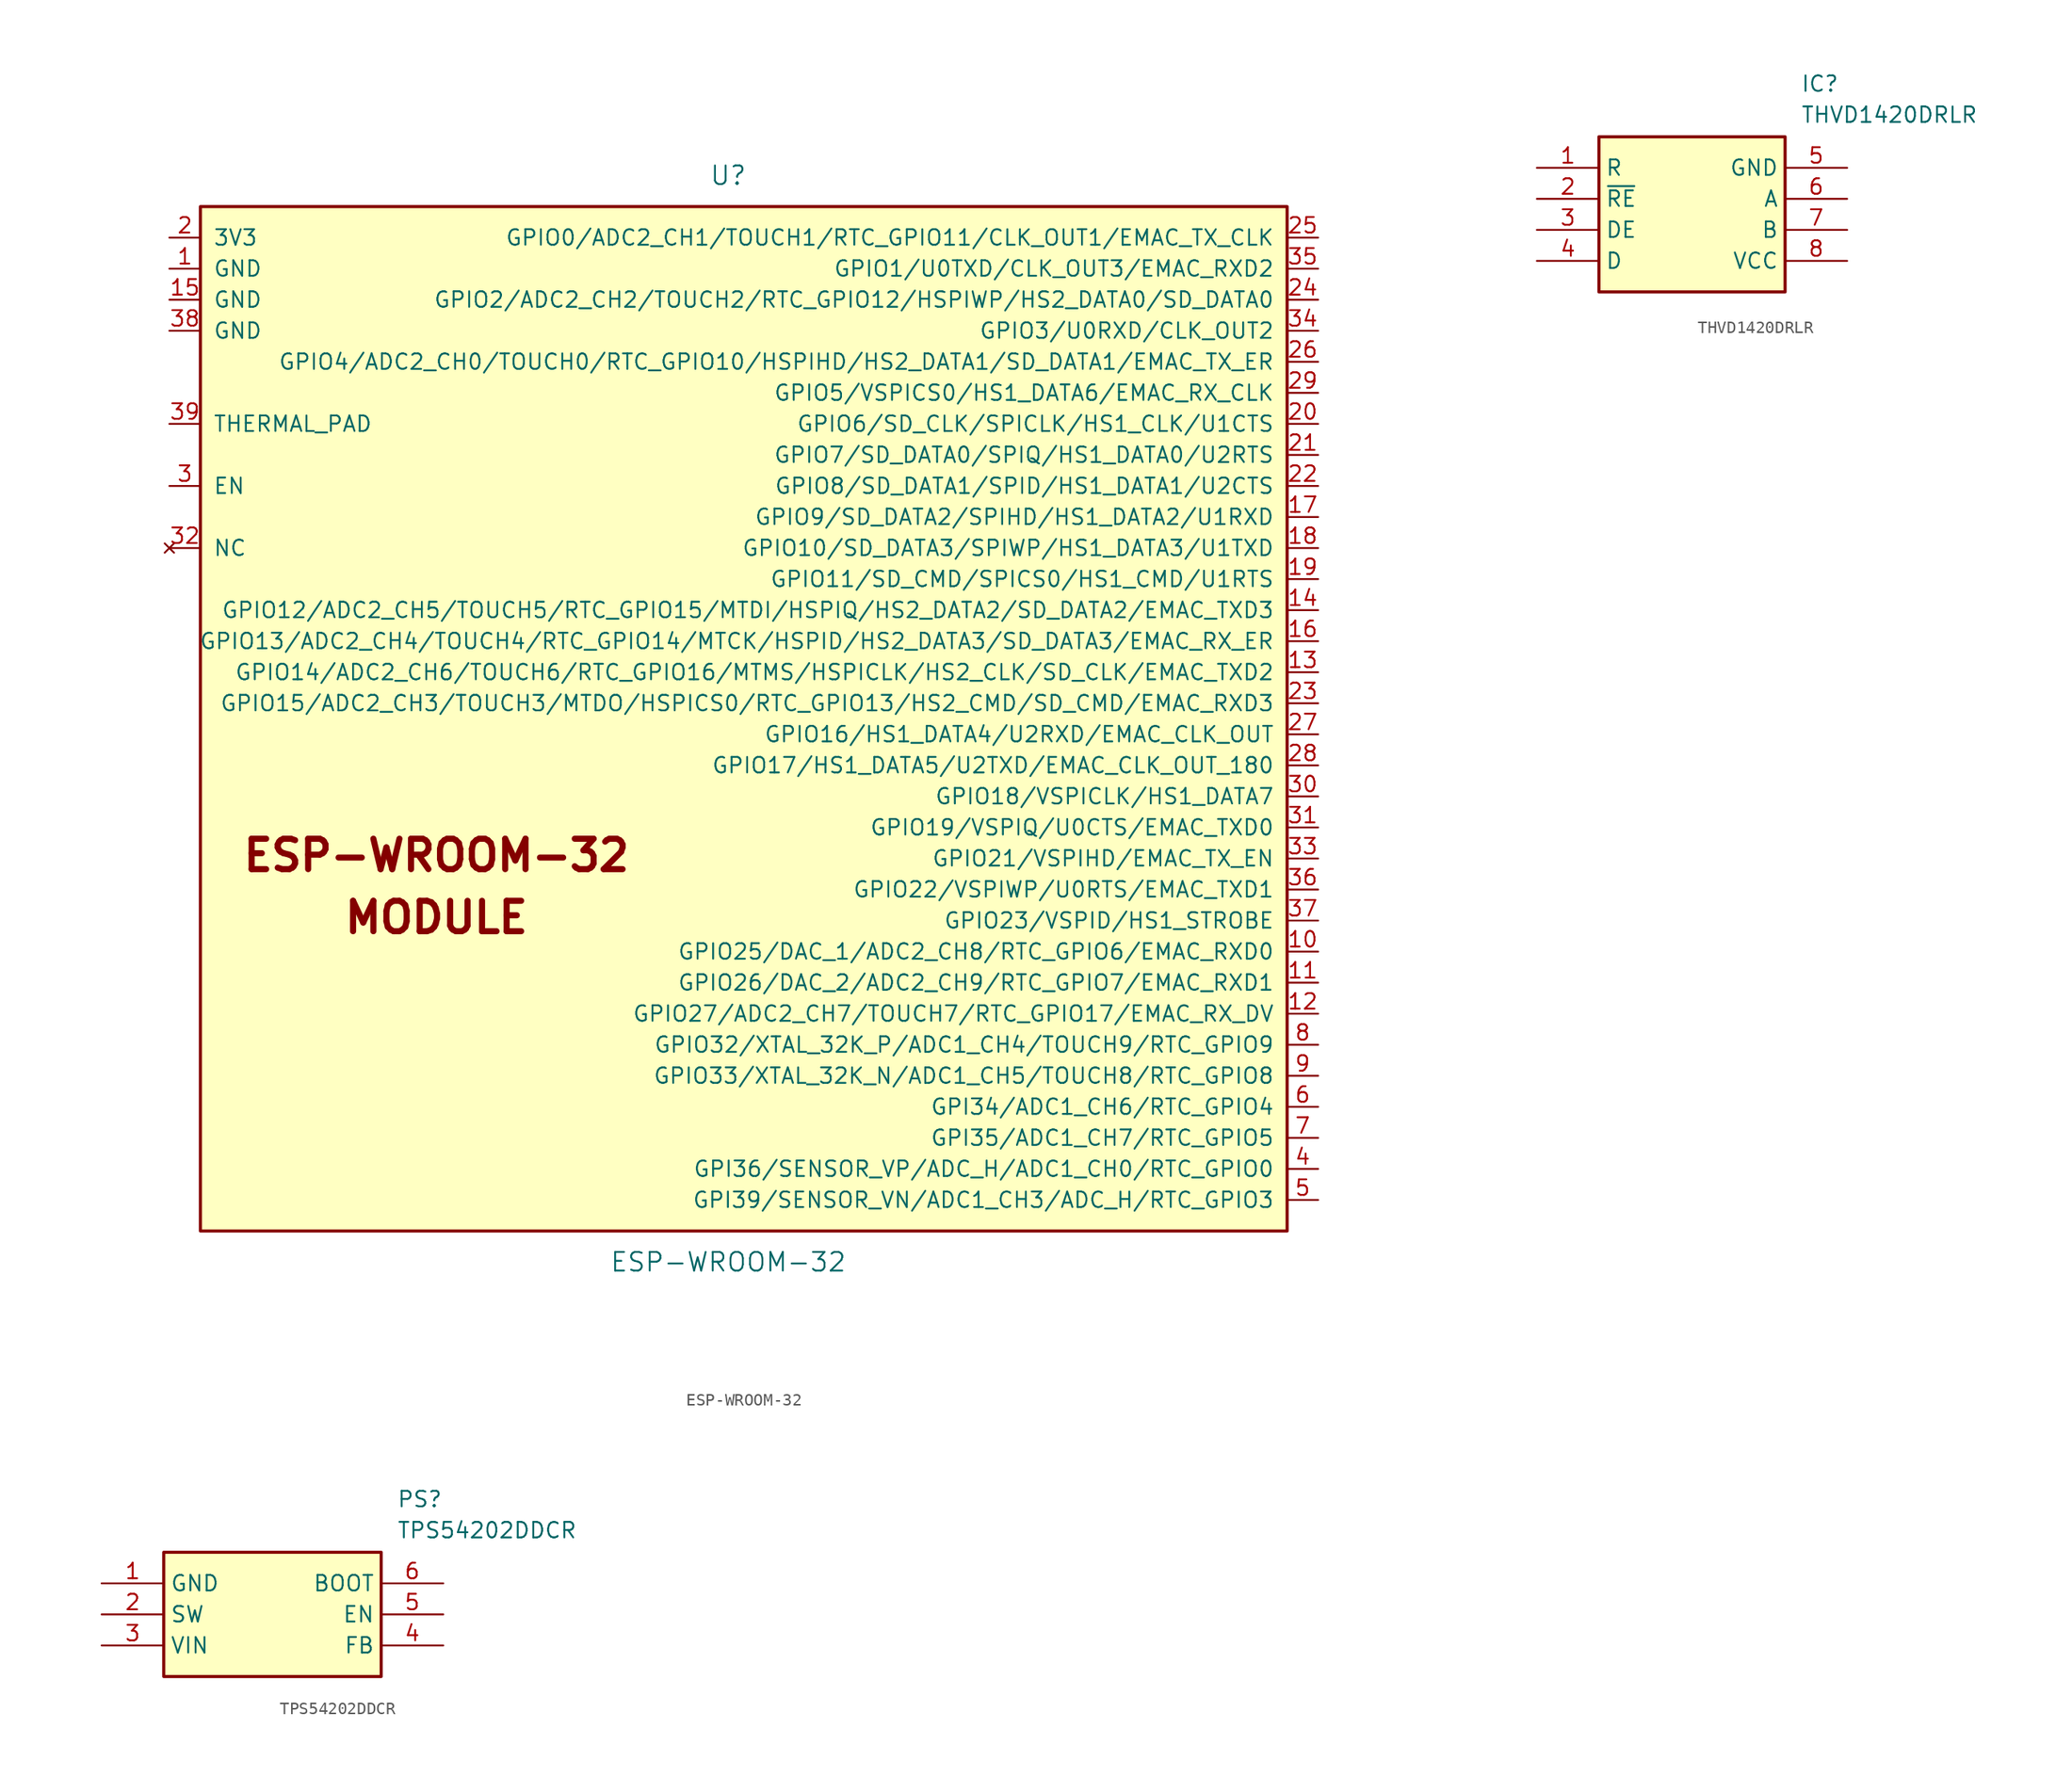
<source format=kicad_sym>
(kicad_symbol_lib
  (version 20220914)
  (generator kicad_symbol_editor)
  (symbol "ESP-WROOM-32"
    (pin_names
      (offset 1.016))
    (property "Reference" "U"
      (at 0 43.18 0)
      (effects (font (size 1.524 1.524))))
    (property "Value" "ESP-WROOM-32"
      (at 0 -45.72 0)
      (effects (font (size 1.524 1.524))))
    (symbol "ESP-WROOM-32_0_0"
      (text "ESP-WROOM-32" (at -23.876 -12.446 0) (effects (font (size 2.489 2.489) bold)))
      (text "MODULE" (at -23.876 -17.526 0) (effects (font (size 2.489 2.489) bold))))
    (symbol "ESP-WROOM-32_0_1"
      (rectangle (start -43.18 40.64) (end 45.72 -43.18) (stroke (width 0.254) (type solid)) (fill (type background))))
    (symbol "ESP-WROOM-32_1_1"
      (pin power_in line (at -45.72 35.56 0) (length 2.54) (name "GND" (effects (font (size 1.27 1.27)))) (number "1" (effects (font (size 1.27 1.27)))))
      (pin bidirectional line (at 48.26 -20.32 180) (length 2.54) (name "GPIO25/DAC_1/ADC2_CH8/RTC_GPIO6/EMAC_RXD0" (effects (font (size 1.27 1.27)))) (number "10" (effects (font (size 1.27 1.27)))))
      (pin bidirectional line (at 48.26 -22.86 180) (length 2.54) (name "GPIO26/DAC_2/ADC2_CH9/RTC_GPIO7/EMAC_RXD1" (effects (font (size 1.27 1.27)))) (number "11" (effects (font (size 1.27 1.27)))))
      (pin bidirectional line (at 48.26 -25.4 180) (length 2.54) (name "GPIO27/ADC2_CH7/TOUCH7/RTC_GPIO17/EMAC_RX_DV" (effects (font (size 1.27 1.27)))) (number "12" (effects (font (size 1.27 1.27)))))
      (pin bidirectional line (at 48.26 2.54 180) (length 2.54) (name "GPIO14/ADC2_CH6/TOUCH6/RTC_GPIO16/MTMS/HSPICLK/HS2_CLK/SD_CLK/EMAC_TXD2" (effects (font (size 1.27 1.27)))) (number "13" (effects (font (size 1.27 1.27)))))
      (pin bidirectional line (at 48.26 7.62 180) (length 2.54) (name "GPIO12/ADC2_CH5/TOUCH5/RTC_GPIO15/MTDI/HSPIQ/HS2_DATA2/SD_DATA2/EMAC_TXD3" (effects (font (size 1.27 1.27)))) (number "14" (effects (font (size 1.27 1.27)))))
      (pin power_in line (at -45.72 33.02 0) (length 2.54) (name "GND" (effects (font (size 1.27 1.27)))) (number "15" (effects (font (size 1.27 1.27)))))
      (pin bidirectional line (at 48.26 5.08 180) (length 2.54) (name "GPIO13/ADC2_CH4/TOUCH4/RTC_GPIO14/MTCK/HSPID/HS2_DATA3/SD_DATA3/EMAC_RX_ER" (effects (font (size 1.27 1.27)))) (number "16" (effects (font (size 1.27 1.27)))))
      (pin bidirectional line (at 48.26 15.24 180) (length 2.54) (name "GPIO9/SD_DATA2/SPIHD/HS1_DATA2/U1RXD" (effects (font (size 1.27 1.27)))) (number "17" (effects (font (size 1.27 1.27)))))
      (pin bidirectional line (at 48.26 12.7 180) (length 2.54) (name "GPIO10/SD_DATA3/SPIWP/HS1_DATA3/U1TXD" (effects (font (size 1.27 1.27)))) (number "18" (effects (font (size 1.27 1.27)))))
      (pin bidirectional line (at 48.26 10.16 180) (length 2.54) (name "GPIO11/SD_CMD/SPICS0/HS1_CMD/U1RTS" (effects (font (size 1.27 1.27)))) (number "19" (effects (font (size 1.27 1.27)))))
      (pin power_in line (at -45.72 38.1 0) (length 2.54) (name "3V3" (effects (font (size 1.27 1.27)))) (number "2" (effects (font (size 1.27 1.27)))))
      (pin bidirectional line (at 48.26 22.86 180) (length 2.54) (name "GPIO6/SD_CLK/SPICLK/HS1_CLK/U1CTS" (effects (font (size 1.27 1.27)))) (number "20" (effects (font (size 1.27 1.27)))))
      (pin bidirectional line (at 48.26 20.32 180) (length 2.54) (name "GPIO7/SD_DATA0/SPIQ/HS1_DATA0/U2RTS" (effects (font (size 1.27 1.27)))) (number "21" (effects (font (size 1.27 1.27)))))
      (pin bidirectional line (at 48.26 17.78 180) (length 2.54) (name "GPIO8/SD_DATA1/SPID/HS1_DATA1/U2CTS" (effects (font (size 1.27 1.27)))) (number "22" (effects (font (size 1.27 1.27)))))
      (pin bidirectional line (at 48.26 0 180) (length 2.54) (name "GPIO15/ADC2_CH3/TOUCH3/MTDO/HSPICS0/RTC_GPIO13/HS2_CMD/SD_CMD/EMAC_RXD3" (effects (font (size 1.27 1.27)))) (number "23" (effects (font (size 1.27 1.27)))))
      (pin bidirectional line (at 48.26 33.02 180) (length 2.54) (name "GPIO2/ADC2_CH2/TOUCH2/RTC_GPIO12/HSPIWP/HS2_DATA0/SD_DATA0" (effects (font (size 1.27 1.27)))) (number "24" (effects (font (size 1.27 1.27)))))
      (pin bidirectional line (at 48.26 38.1 180) (length 2.54) (name "GPIO0/ADC2_CH1/TOUCH1/RTC_GPIO11/CLK_OUT1/EMAC_TX_CLK" (effects (font (size 1.27 1.27)))) (number "25" (effects (font (size 1.27 1.27)))))
      (pin bidirectional line (at 48.26 27.94 180) (length 2.54) (name "GPIO4/ADC2_CH0/TOUCH0/RTC_GPIO10/HSPIHD/HS2_DATA1/SD_DATA1/EMAC_TX_ER" (effects (font (size 1.27 1.27)))) (number "26" (effects (font (size 1.27 1.27)))))
      (pin bidirectional line (at 48.26 -2.54 180) (length 2.54) (name "GPIO16/HS1_DATA4/U2RXD/EMAC_CLK_OUT" (effects (font (size 1.27 1.27)))) (number "27" (effects (font (size 1.27 1.27)))))
      (pin bidirectional line (at 48.26 -5.08 180) (length 2.54) (name "GPIO17/HS1_DATA5/U2TXD/EMAC_CLK_OUT_180" (effects (font (size 1.27 1.27)))) (number "28" (effects (font (size 1.27 1.27)))))
      (pin bidirectional line (at 48.26 25.4 180) (length 2.54) (name "GPIO5/VSPICS0/HS1_DATA6/EMAC_RX_CLK" (effects (font (size 1.27 1.27)))) (number "29" (effects (font (size 1.27 1.27)))))
      (pin input line (at -45.72 17.78 0) (length 2.54) (name "EN" (effects (font (size 1.27 1.27)))) (number "3" (effects (font (size 1.27 1.27)))))
      (pin bidirectional line (at 48.26 -7.62 180) (length 2.54) (name "GPIO18/VSPICLK/HS1_DATA7" (effects (font (size 1.27 1.27)))) (number "30" (effects (font (size 1.27 1.27)))))
      (pin bidirectional line (at 48.26 -10.16 180) (length 2.54) (name "GPIO19/VSPIQ/U0CTS/EMAC_TXD0" (effects (font (size 1.27 1.27)))) (number "31" (effects (font (size 1.27 1.27)))))
      (pin no_connect line (at -45.72 12.7 0) (length 2.54) (name "NC" (effects (font (size 1.27 1.27)))) (number "32" (effects (font (size 1.27 1.27)))))
      (pin bidirectional line (at 48.26 -12.7 180) (length 2.54) (name "GPIO21/VSPIHD/EMAC_TX_EN" (effects (font (size 1.27 1.27)))) (number "33" (effects (font (size 1.27 1.27)))))
      (pin bidirectional line (at 48.26 30.48 180) (length 2.54) (name "GPIO3/U0RXD/CLK_OUT2" (effects (font (size 1.27 1.27)))) (number "34" (effects (font (size 1.27 1.27)))))
      (pin bidirectional line (at 48.26 35.56 180) (length 2.54) (name "GPIO1/U0TXD/CLK_OUT3/EMAC_RXD2" (effects (font (size 1.27 1.27)))) (number "35" (effects (font (size 1.27 1.27)))))
      (pin bidirectional line (at 48.26 -15.24 180) (length 2.54) (name "GPIO22/VSPIWP/U0RTS/EMAC_TXD1" (effects (font (size 1.27 1.27)))) (number "36" (effects (font (size 1.27 1.27)))))
      (pin bidirectional line (at 48.26 -17.78 180) (length 2.54) (name "GPIO23/VSPID/HS1_STROBE" (effects (font (size 1.27 1.27)))) (number "37" (effects (font (size 1.27 1.27)))))
      (pin power_in line (at -45.72 30.48 0) (length 2.54) (name "GND" (effects (font (size 1.27 1.27)))) (number "38" (effects (font (size 1.27 1.27)))))
      (pin power_in line (at -45.72 22.86 0) (length 2.54) (name "THERMAL_PAD" (effects (font (size 1.27 1.27)))) (number "39" (effects (font (size 1.27 1.27)))))
      (pin input line (at 48.26 -38.1 180) (length 2.54) (name "GPI36/SENSOR_VP/ADC_H/ADC1_CH0/RTC_GPIO0" (effects (font (size 1.27 1.27)))) (number "4" (effects (font (size 1.27 1.27)))))
      (pin input line (at 48.26 -40.64 180) (length 2.54) (name "GPI39/SENSOR_VN/ADC1_CH3/ADC_H/RTC_GPIO3" (effects (font (size 1.27 1.27)))) (number "5" (effects (font (size 1.27 1.27)))))
      (pin input line (at 48.26 -33.02 180) (length 2.54) (name "GPI34/ADC1_CH6/RTC_GPIO4" (effects (font (size 1.27 1.27)))) (number "6" (effects (font (size 1.27 1.27)))))
      (pin input line (at 48.26 -35.56 180) (length 2.54) (name "GPI35/ADC1_CH7/RTC_GPIO5" (effects (font (size 1.27 1.27)))) (number "7" (effects (font (size 1.27 1.27)))))
      (pin bidirectional line (at 48.26 -27.94 180) (length 2.54) (name "GPIO32/XTAL_32K_P/ADC1_CH4/TOUCH9/RTC_GPIO9" (effects (font (size 1.27 1.27)))) (number "8" (effects (font (size 1.27 1.27)))))
      (pin bidirectional line (at 48.26 -30.48 180) (length 2.54) (name "GPIO33/XTAL_32K_N/ADC1_CH5/TOUCH8/RTC_GPIO8" (effects (font (size 1.27 1.27)))) (number "9" (effects (font (size 1.27 1.27)))))))
  (symbol "THVD1420DRLR"
    (property "Reference" "IC"
      (at 21.59 7.62 0)
      (effects (font (size 1.27 1.27)) (justify left top)))
    (property "Value" "THVD1420DRLR"
      (at 21.59 5.08 0)
      (effects (font (size 1.27 1.27)) (justify left top)))
    (symbol "THVD1420DRLR_1_1"
      (rectangle (start 5.08 2.54) (end 20.32 -10.16) (stroke (width 0.254) (type default)) (fill (type background)))
      (pin passive line (at 0 0 0) (length 5.08) (name "R" (effects (font (size 1.27 1.27)))) (number "1" (effects (font (size 1.27 1.27)))))
      (pin passive line (at 0 -2.54 0) (length 5.08) (name "~{RE}" (effects (font (size 1.27 1.27)))) (number "2" (effects (font (size 1.27 1.27)))))
      (pin passive line (at 0 -5.08 0) (length 5.08) (name "DE" (effects (font (size 1.27 1.27)))) (number "3" (effects (font (size 1.27 1.27)))))
      (pin passive line (at 0 -7.62 0) (length 5.08) (name "D" (effects (font (size 1.27 1.27)))) (number "4" (effects (font (size 1.27 1.27)))))
      (pin passive line (at 25.4 0 180) (length 5.08) (name "GND" (effects (font (size 1.27 1.27)))) (number "5" (effects (font (size 1.27 1.27)))))
      (pin passive line (at 25.4 -2.54 180) (length 5.08) (name "A" (effects (font (size 1.27 1.27)))) (number "6" (effects (font (size 1.27 1.27)))))
      (pin passive line (at 25.4 -5.08 180) (length 5.08) (name "B" (effects (font (size 1.27 1.27)))) (number "7" (effects (font (size 1.27 1.27)))))
      (pin passive line (at 25.4 -7.62 180) (length 5.08) (name "VCC" (effects (font (size 1.27 1.27)))) (number "8" (effects (font (size 1.27 1.27)))))))
  (symbol "TPS54202DDCR"
    (property "Reference" "PS"
      (at 24.13 7.62 0)
      (effects (font (size 1.27 1.27)) (justify left top)))
    (property "Value" "TPS54202DDCR"
      (at 24.13 5.08 0)
      (effects (font (size 1.27 1.27)) (justify left top)))
    (rectangle
      (start 5.08 2.54)
      (end 22.86 -7.62)
      (stroke (width 0.254) (type default))
      (fill (type background)))
    (pin power_in line
      (at 0 0 0)
      (length 5.08)
      (name "GND" (effects (font (size 1.27 1.27))))
      (number "1" (effects (font (size 1.27 1.27)))))
    (pin output line
      (at 0 -2.54 0)
      (length 5.08)
      (name "SW" (effects (font (size 1.27 1.27))))
      (number "2" (effects (font (size 1.27 1.27)))))
    (pin power_in line
      (at 0 -5.08 0)
      (length 5.08)
      (name "VIN" (effects (font (size 1.27 1.27))))
      (number "3" (effects (font (size 1.27 1.27)))))
    (pin output line
      (at 27.94 0 180)
      (length 5.08)
      (name "BOOT" (effects (font (size 1.27 1.27))))
      (number "6" (effects (font (size 1.27 1.27)))))
    (pin input line
      (at 27.94 -2.54 180)
      (length 5.08)
      (name "EN" (effects (font (size 1.27 1.27))))
      (number "5" (effects (font (size 1.27 1.27)))))
    (pin input line
      (at 27.94 -5.08 180)
      (length 5.08)
      (name "FB" (effects (font (size 1.27 1.27))))
      (number "4" (effects (font (size 1.27 1.27)))))))
</source>
